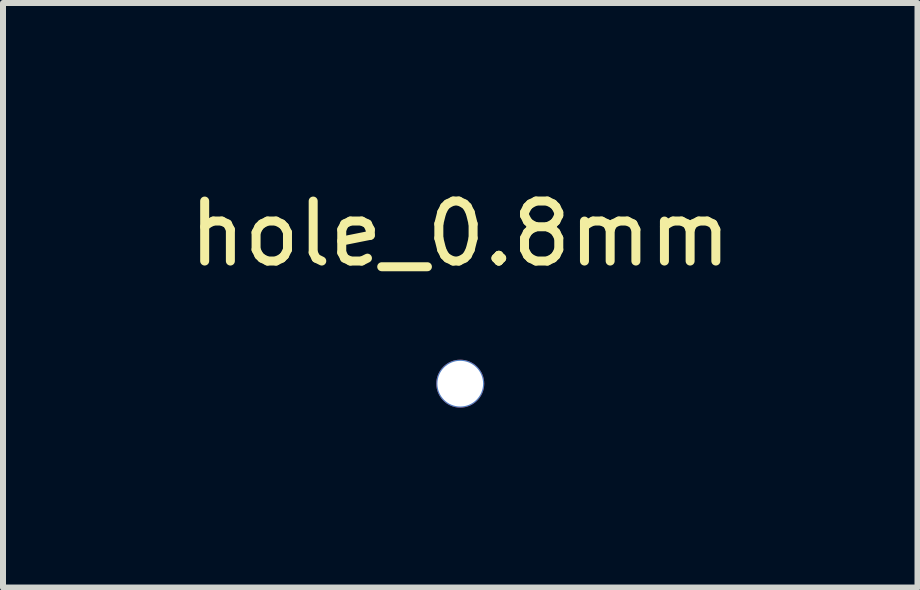
<source format=kicad_pcb>
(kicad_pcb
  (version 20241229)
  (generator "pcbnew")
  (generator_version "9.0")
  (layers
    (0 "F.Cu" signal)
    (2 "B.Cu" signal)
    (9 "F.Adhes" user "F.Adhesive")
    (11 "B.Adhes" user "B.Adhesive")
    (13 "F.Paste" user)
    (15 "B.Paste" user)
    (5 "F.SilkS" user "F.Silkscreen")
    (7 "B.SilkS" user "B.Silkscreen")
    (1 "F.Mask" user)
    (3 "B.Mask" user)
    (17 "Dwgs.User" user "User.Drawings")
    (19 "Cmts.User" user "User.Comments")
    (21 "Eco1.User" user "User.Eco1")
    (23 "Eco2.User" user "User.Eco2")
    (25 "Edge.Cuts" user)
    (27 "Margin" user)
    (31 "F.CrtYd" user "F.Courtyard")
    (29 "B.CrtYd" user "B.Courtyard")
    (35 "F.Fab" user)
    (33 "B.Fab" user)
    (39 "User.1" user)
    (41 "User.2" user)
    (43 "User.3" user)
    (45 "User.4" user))
  (footprint "hole_0.8mm"
    (layer "F.Cu")
    (at 4.625 3.348)
    (property "Reference" "hole_0.8mm" (at 0 -2.5 0) (layer "F.SilkS") (effects (font (size 1 1) (thickness 0.15))))
    (attr through_hole)
    (pad "" np_thru_hole circle (at 0 0) (size 0.8 0.8) (drill 0.762) (layers "*.Cu" "*.Mask")))
  (gr_rect
    (start -3 -3)
    (end 12.25 6.748)
    (stroke (width 0.1) (type default))
    (fill no)
    (layer "Edge.Cuts")))
</source>
